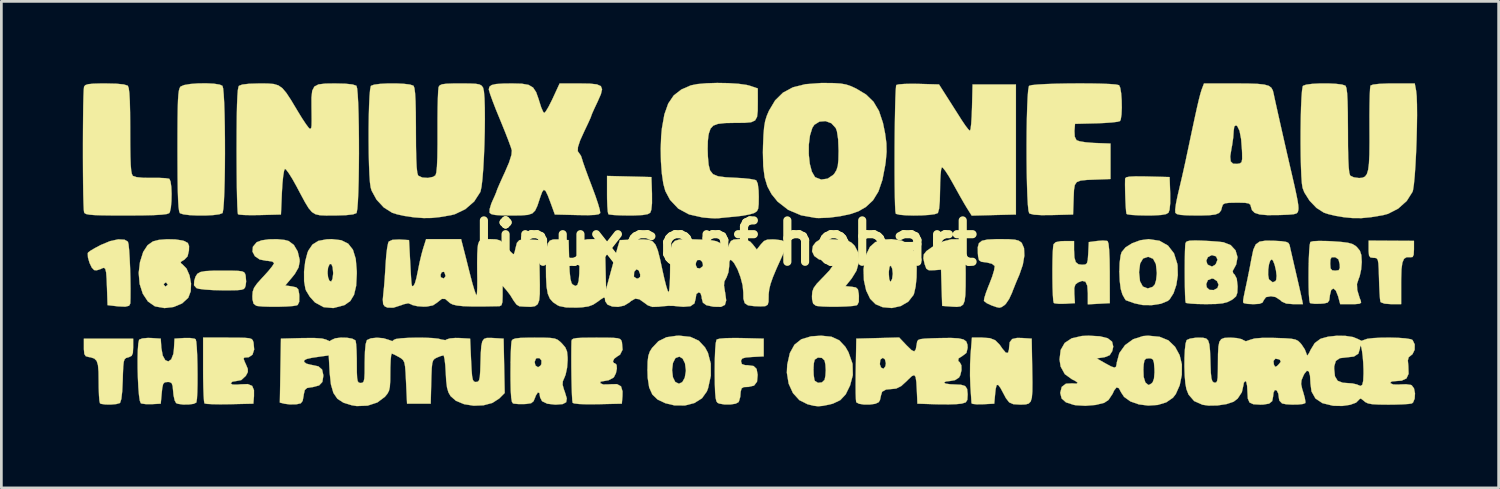
<source format=kicad_pcb>
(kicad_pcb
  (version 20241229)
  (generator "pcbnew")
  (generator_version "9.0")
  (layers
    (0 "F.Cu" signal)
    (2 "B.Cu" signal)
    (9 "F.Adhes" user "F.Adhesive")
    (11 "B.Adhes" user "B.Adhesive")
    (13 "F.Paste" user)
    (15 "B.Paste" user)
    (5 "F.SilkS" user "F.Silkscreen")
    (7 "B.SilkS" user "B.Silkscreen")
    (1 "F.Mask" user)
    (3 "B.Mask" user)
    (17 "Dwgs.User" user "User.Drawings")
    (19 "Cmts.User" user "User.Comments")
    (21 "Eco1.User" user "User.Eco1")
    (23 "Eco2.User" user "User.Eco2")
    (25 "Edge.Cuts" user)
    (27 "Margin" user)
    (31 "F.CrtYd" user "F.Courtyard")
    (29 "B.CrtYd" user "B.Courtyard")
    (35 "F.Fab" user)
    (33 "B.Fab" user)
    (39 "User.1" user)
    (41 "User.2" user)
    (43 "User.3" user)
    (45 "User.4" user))
  (footprint "linuxconf.hobart"
    (layer "F.Cu")
    (at 23.662 5.902)
    (property "Reference" "linuxconf.hobart" (at 0 0 0) (layer "F.SilkS") (effects (font (size 1.524 1.524) (thickness 0.3))))
    (attr through_hole)
    (fp_poly (pts (xy -3.538 -2.452) (xy -2.721 -2.431) (xy -2.7 -1.825) (xy -2.699 -1.47) (xy -2.724 -1.226) (xy -2.764 -1.118) (xy -2.855 -1.066) (xy -3.037 -1.033) (xy -3.332 -1.018) (xy -3.553 -1.016) (xy -3.859 -1.021) (xy -4.109 -1.033) (xy -4.268 -1.052) (xy -4.306 -1.064) (xy -4.327 -1.154) (xy -4.343 -1.353) (xy -4.353 -1.629) (xy -4.354 -1.792) (xy -4.354 -2.472) (xy -3.538 -2.452)) (stroke (width 0.01) (type solid)) (fill yes) (layer "F.SilkS"))
    (fp_poly (pts (xy 15.451 -2.454) (xy 15.548 -2.452) (xy 16.365 -2.431) (xy 16.386 -1.825) (xy 16.387 -1.47) (xy 16.362 -1.226) (xy 16.323 -1.118) (xy 16.233 -1.066) (xy 16.052 -1.034) (xy 15.76 -1.018) (xy 15.526 -1.016) (xy 15.219 -1.022) (xy 14.971 -1.036) (xy 14.814 -1.058) (xy 14.778 -1.074) (xy 14.763 -1.163) (xy 14.748 -1.357) (xy 14.736 -1.614) (xy 14.727 -1.894) (xy 14.723 -2.156) (xy 14.726 -2.359) (xy 14.727 -2.379) (xy 14.765 -2.421) (xy 14.885 -2.446) (xy 15.107 -2.457) (xy 15.451 -2.454)) (stroke (width 0.01) (type solid)) (fill yes) (layer "F.SilkS"))
    (fp_poly (pts (xy -18.179 1.017) (xy -17.942 1.024) (xy -17.798 1.042) (xy -17.721 1.076) (xy -17.683 1.133) (xy -17.665 1.197) (xy -17.647 1.416) (xy -17.665 1.56) (xy -17.689 1.639) (xy -17.733 1.691) (xy -17.822 1.721) (xy -17.983 1.736) (xy -18.243 1.74) (xy -18.525 1.74) (xy -18.867 1.732) (xy -19.164 1.713) (xy -19.38 1.686) (xy -19.473 1.66) (xy -19.567 1.556) (xy -19.558 1.39) (xy -19.511 1.236) (xy -19.443 1.131) (xy -19.329 1.066) (xy -19.143 1.032) (xy -18.859 1.018) (xy -18.534 1.016) (xy -18.179 1.017)) (stroke (width 0.01) (type solid)) (fill yes) (layer "F.SilkS"))
    (fp_poly (pts (xy 8.765 -0.06) (xy 8.767 -0.058) (xy 8.805 0.045) (xy 8.832 0.269) (xy 8.848 0.622) (xy 8.854 1.111) (xy 8.854 1.137) (xy 8.852 1.588) (xy 8.842 1.913) (xy 8.814 2.132) (xy 8.76 2.265) (xy 8.668 2.331) (xy 8.532 2.35) (xy 8.342 2.341) (xy 8.294 2.337) (xy 7.988 2.314) (xy 7.967 1.647) (xy 7.947 0.98) (xy 7.679 1) (xy 7.499 1.002) (xy 7.406 0.945) (xy 7.347 0.789) (xy 7.338 0.759) (xy 7.295 0.561) (xy 7.312 0.418) (xy 7.408 0.295) (xy 7.605 0.156) (xy 7.717 0.086) (xy 8.027 -0.062) (xy 8.329 -0.14) (xy 8.587 -0.141) (xy 8.765 -0.06)) (stroke (width 0.01) (type solid)) (fill yes) (layer "F.SilkS"))
    (fp_poly (pts (xy 25.364 -0.081) (xy 25.364 0.232) (xy 25.354 0.428) (xy 25.315 0.513) (xy 25.231 0.522) (xy 25.094 0.52) (xy 24.998 0.58) (xy 24.937 0.723) (xy 24.904 0.967) (xy 24.893 1.331) (xy 24.892 1.46) (xy 24.892 2.25) (xy 24.527 2.25) (xy 24.283 2.232) (xy 24.146 2.182) (xy 24.129 2.159) (xy 24.113 2.052) (xy 24.098 1.835) (xy 24.084 1.542) (xy 24.077 1.306) (xy 24.067 0.967) (xy 24.054 0.748) (xy 24.031 0.621) (xy 23.991 0.562) (xy 23.928 0.545) (xy 23.876 0.544) (xy 23.763 0.53) (xy 23.71 0.462) (xy 23.695 0.3) (xy 23.695 0.226) (xy 23.695 -0.091) (xy 25.364 -0.081)) (stroke (width 0.01) (type solid)) (fill yes) (layer "F.SilkS"))
    (fp_poly (pts (xy -22.125 -0.124) (xy -22.002 -0.051) (xy -21.978 0.045) (xy -21.956 0.257) (xy -21.937 0.556) (xy -21.921 0.911) (xy -21.91 1.294) (xy -21.905 1.675) (xy -21.907 2.026) (xy -21.913 2.224) (xy -21.958 2.308) (xy -22.098 2.343) (xy -22.353 2.332) (xy -22.425 2.324) (xy -22.751 2.286) (xy -22.771 1.669) (xy -22.785 1.312) (xy -22.803 1.08) (xy -22.834 0.953) (xy -22.882 0.91) (xy -22.954 0.93) (xy -22.994 0.953) (xy -23.153 1.004) (xy -23.245 0.995) (xy -23.333 0.902) (xy -23.416 0.727) (xy -23.472 0.532) (xy -23.48 0.38) (xy -23.469 0.35) (xy -23.388 0.287) (xy -23.215 0.184) (xy -23.002 0.071) (xy -22.66 -0.071) (xy -22.358 -0.137) (xy -22.125 -0.124)) (stroke (width 0.01) (type solid)) (fill yes) (layer "F.SilkS"))
    (fp_poly (pts (xy -21.808 3.843) (xy -21.818 4.048) (xy -21.863 4.153) (xy -21.965 4.203) (xy -21.989 4.209) (xy -22.069 4.233) (xy -22.122 4.279) (xy -22.154 4.373) (xy -22.173 4.543) (xy -22.185 4.814) (xy -22.191 5.044) (xy -22.211 5.461) (xy -22.243 5.741) (xy -22.288 5.88) (xy -22.3 5.893) (xy -22.428 5.929) (xy -22.625 5.947) (xy -22.833 5.945) (xy -22.989 5.922) (xy -23.029 5.902) (xy -23.05 5.814) (xy -23.066 5.613) (xy -23.076 5.333) (xy -23.078 5.113) (xy -23.083 4.744) (xy -23.104 4.495) (xy -23.153 4.339) (xy -23.239 4.253) (xy -23.371 4.209) (xy -23.441 4.198) (xy -23.553 4.167) (xy -23.606 4.086) (xy -23.622 3.913) (xy -23.622 3.846) (xy -23.622 3.52) (xy -21.808 3.52) (xy -21.808 3.843)) (stroke (width 0.01) (type solid)) (fill yes) (layer "F.SilkS"))
    (fp_poly (pts (xy 6.5 -0.092) (xy 6.784 0.066) (xy 6.967 0.327) (xy 6.978 0.354) (xy 7.029 0.59) (xy 7.051 0.911) (xy 7.045 1.265) (xy 7.011 1.598) (xy 6.953 1.856) (xy 6.931 1.913) (xy 6.74 2.158) (xy 6.462 2.32) (xy 6.136 2.392) (xy 5.798 2.362) (xy 5.537 2.253) (xy 5.335 2.051) (xy 5.189 1.746) (xy 5.106 1.373) (xy 5.098 1.125) (xy 6.023 1.125) (xy 6.037 1.329) (xy 6.075 1.417) (xy 6.096 1.415) (xy 6.145 1.318) (xy 6.168 1.143) (xy 6.169 1.125) (xy 6.149 0.946) (xy 6.101 0.839) (xy 6.096 0.835) (xy 6.05 0.869) (xy 6.026 1.028) (xy 6.023 1.125) (xy 5.098 1.125) (xy 5.092 0.964) (xy 5.154 0.553) (xy 5.196 0.41) (xy 5.331 0.136) (xy 5.527 -0.037) (xy 5.811 -0.125) (xy 6.119 -0.145) (xy 6.5 -0.092)) (stroke (width 0.01) (type solid)) (fill yes) (layer "F.SilkS"))
    (fp_poly (pts (xy -14.145 -0.105) (xy -13.889 0.021) (xy -13.713 0.246) (xy -13.61 0.581) (xy -13.572 1.036) (xy -13.571 1.125) (xy -13.595 1.575) (xy -13.673 1.906) (xy -13.811 2.135) (xy -14.017 2.28) (xy -14.038 2.289) (xy -14.434 2.393) (xy -14.791 2.361) (xy -15.101 2.193) (xy -15.124 2.174) (xy -15.303 1.975) (xy -15.439 1.751) (xy -15.462 1.691) (xy -15.512 1.404) (xy -15.513 1.085) (xy -14.648 1.085) (xy -14.629 1.261) (xy -14.582 1.387) (xy -14.517 1.417) (xy -14.512 1.414) (xy -14.467 1.319) (xy -14.443 1.14) (xy -14.442 1.089) (xy -14.462 0.883) (xy -14.51 0.773) (xy -14.571 0.774) (xy -14.629 0.903) (xy -14.629 0.904) (xy -14.648 1.085) (xy -15.513 1.085) (xy -15.513 1.043) (xy -15.47 0.673) (xy -15.387 0.354) (xy -15.355 0.277) (xy -15.204 0.055) (xy -14.991 -0.079) (xy -14.685 -0.138) (xy -14.491 -0.145) (xy -14.145 -0.105)) (stroke (width 0.01) (type solid)) (fill yes) (layer "F.SilkS"))
    (fp_poly (pts (xy -20.254 -0.134) (xy -19.99 -0.094) (xy -19.921 -0.073) (xy -19.795 -0.004) (xy -19.749 0.107) (xy -19.753 0.27) (xy -19.804 0.489) (xy -19.924 0.614) (xy -19.946 0.626) (xy -20.057 0.695) (xy -20.044 0.748) (xy -20.006 0.772) (xy -19.843 0.937) (xy -19.731 1.192) (xy -19.676 1.489) (xy -19.689 1.779) (xy -19.778 2.013) (xy -19.78 2.016) (xy -20.006 2.223) (xy -20.315 2.353) (xy -20.658 2.394) (xy -20.99 2.334) (xy -21.015 2.325) (xy -21.265 2.15) (xy -21.452 1.868) (xy -21.563 1.524) (xy -20.683 1.524) (xy -20.628 1.594) (xy -20.61 1.597) (xy -20.54 1.541) (xy -20.538 1.524) (xy -20.593 1.454) (xy -20.61 1.451) (xy -20.681 1.507) (xy -20.683 1.524) (xy -21.563 1.524) (xy -21.569 1.508) (xy -21.604 1.099) (xy -21.556 0.699) (xy -21.438 0.327) (xy -21.275 0.077) (xy -21.078 -0.061) (xy -20.861 -0.117) (xy -20.566 -0.141) (xy -20.254 -0.134)) (stroke (width 0.01) (type solid)) (fill yes) (layer "F.SilkS"))
    (fp_poly (pts (xy -1.283 3.456) (xy -0.974 3.597) (xy -0.744 3.846) (xy -0.639 4.042) (xy -0.535 4.438) (xy -0.533 4.887) (xy -0.632 5.341) (xy -0.678 5.464) (xy -0.858 5.716) (xy -1.136 5.891) (xy -1.483 5.981) (xy -1.872 5.978) (xy -2.211 5.897) (xy -2.493 5.763) (xy -2.686 5.578) (xy -2.803 5.319) (xy -2.858 4.961) (xy -2.866 4.681) (xy -1.959 4.681) (xy -1.928 4.942) (xy -1.844 5.113) (xy -1.842 5.115) (xy -1.707 5.18) (xy -1.584 5.122) (xy -1.493 4.961) (xy -1.452 4.719) (xy -1.451 4.681) (xy -1.484 4.429) (xy -1.57 4.256) (xy -1.689 4.183) (xy -1.824 4.23) (xy -1.842 4.247) (xy -1.927 4.416) (xy -1.959 4.676) (xy -1.959 4.681) (xy -2.866 4.681) (xy -2.86 4.367) (xy -2.834 4.154) (xy -2.779 3.995) (xy -2.697 3.863) (xy -2.461 3.614) (xy -2.166 3.468) (xy -1.784 3.413) (xy -1.691 3.411) (xy -1.283 3.456)) (stroke (width 0.01) (type solid)) (fill yes) (layer "F.SilkS"))
    (fp_poly (pts (xy 0.587 3.499) (xy 1.415 3.52) (xy 1.415 4.173) (xy 0.998 4.195) (xy 0.759 4.214) (xy 0.633 4.248) (xy 0.585 4.311) (xy 0.581 4.358) (xy 0.611 4.456) (xy 0.728 4.496) (xy 0.83 4.499) (xy 1.042 4.528) (xy 1.153 4.635) (xy 1.192 4.851) (xy 1.192 4.855) (xy 1.169 5.107) (xy 1.059 5.25) (xy 0.851 5.298) (xy 0.832 5.298) (xy 0.68 5.305) (xy 0.602 5.351) (xy 0.567 5.473) (xy 0.552 5.661) (xy 0.506 5.822) (xy 0.486 5.86) (xy 0.379 5.916) (xy 0.187 5.945) (xy -0.032 5.944) (xy -0.22 5.912) (xy -0.284 5.884) (xy -0.326 5.827) (xy -0.355 5.705) (xy -0.374 5.498) (xy -0.385 5.187) (xy -0.389 4.751) (xy -0.389 4.723) (xy -0.385 4.285) (xy -0.372 3.933) (xy -0.351 3.685) (xy -0.322 3.561) (xy -0.317 3.553) (xy -0.21 3.521) (xy 0.02 3.502) (xy 0.351 3.496) (xy 0.587 3.499)) (stroke (width 0.01) (type solid)) (fill yes) (layer "F.SilkS"))
    (fp_poly (pts (xy 10.449 -0.141) (xy 10.664 -0.125) (xy 10.801 -0.09) (xy 10.892 -0.031) (xy 10.921 -0.001) (xy 11.003 0.187) (xy 11.015 0.465) (xy 10.958 0.799) (xy 10.836 1.154) (xy 10.827 1.175) (xy 10.712 1.445) (xy 10.592 1.745) (xy 10.558 1.836) (xy 10.453 2.061) (xy 10.333 2.238) (xy 10.278 2.29) (xy 10.174 2.359) (xy 10.092 2.381) (xy 9.976 2.356) (xy 9.802 2.294) (xy 9.63 2.214) (xy 9.531 2.136) (xy 9.526 2.125) (xy 9.54 2.025) (xy 9.601 1.83) (xy 9.697 1.576) (xy 9.73 1.498) (xy 9.832 1.23) (xy 9.9 1.005) (xy 9.922 0.862) (xy 9.919 0.842) (xy 9.822 0.763) (xy 9.632 0.715) (xy 9.602 0.712) (xy 9.429 0.689) (xy 9.345 0.631) (xy 9.312 0.492) (xy 9.303 0.376) (xy 9.299 0.154) (xy 9.341 0.006) (xy 9.451 -0.084) (xy 9.652 -0.129) (xy 9.966 -0.144) (xy 10.121 -0.145) (xy 10.449 -0.141)) (stroke (width 0.01) (type solid)) (fill yes) (layer "F.SilkS"))
    (fp_poly (pts (xy -18.832 -5.869) (xy -18.618 -5.835) (xy -18.52 -5.791) (xy -18.494 -5.694) (xy -18.473 -5.474) (xy -18.455 -5.152) (xy -18.442 -4.75) (xy -18.433 -4.29) (xy -18.428 -3.794) (xy -18.427 -3.283) (xy -18.43 -2.778) (xy -18.438 -2.303) (xy -18.45 -1.878) (xy -18.466 -1.525) (xy -18.486 -1.266) (xy -18.51 -1.122) (xy -18.52 -1.103) (xy -18.636 -1.06) (xy -18.855 -1.031) (xy -19.137 -1.016) (xy -19.442 -1.016) (xy -19.728 -1.029) (xy -19.955 -1.057) (xy -20.082 -1.098) (xy -20.088 -1.103) (xy -20.114 -1.173) (xy -20.136 -1.332) (xy -20.152 -1.59) (xy -20.164 -1.957) (xy -20.171 -2.443) (xy -20.174 -3.059) (xy -20.175 -3.42) (xy -20.174 -4.059) (xy -20.171 -4.568) (xy -20.165 -4.962) (xy -20.156 -5.258) (xy -20.142 -5.47) (xy -20.123 -5.613) (xy -20.098 -5.704) (xy -20.067 -5.758) (xy -20.061 -5.764) (xy -19.933 -5.819) (xy -19.705 -5.858) (xy -19.417 -5.88) (xy -19.112 -5.883) (xy -18.832 -5.869)) (stroke (width 0.01) (type solid)) (fill yes) (layer "F.SilkS"))
    (fp_poly (pts (xy -17.95 3.484) (xy -17.695 3.49) (xy -17.534 3.505) (xy -17.445 3.534) (xy -17.401 3.582) (xy -17.377 3.655) (xy -17.374 3.665) (xy -17.351 3.921) (xy -17.413 4.111) (xy -17.549 4.204) (xy -17.599 4.209) (xy -17.712 4.216) (xy -17.741 4.261) (xy -17.694 4.385) (xy -17.659 4.459) (xy -17.586 4.633) (xy -17.584 4.75) (xy -17.653 4.881) (xy -17.662 4.894) (xy -17.826 5.046) (xy -17.999 5.08) (xy -18.151 5.104) (xy -18.215 5.162) (xy -18.215 5.163) (xy -18.154 5.211) (xy -17.964 5.214) (xy -17.858 5.203) (xy -17.585 5.194) (xy -17.425 5.26) (xy -17.358 5.418) (xy -17.358 5.637) (xy -17.381 5.915) (xy -18.256 5.935) (xy -18.599 5.939) (xy -18.887 5.934) (xy -19.091 5.923) (xy -19.181 5.905) (xy -19.181 5.905) (xy -19.198 5.818) (xy -19.212 5.613) (xy -19.223 5.312) (xy -19.23 4.943) (xy -19.231 4.669) (xy -19.231 3.483) (xy -18.326 3.483) (xy -17.95 3.484)) (stroke (width 0.01) (type solid)) (fill yes) (layer "F.SilkS"))
    (fp_poly (pts (xy 9.747 3.502) (xy 9.941 3.579) (xy 10.105 3.743) (xy 10.21 3.893) (xy 10.331 4.036) (xy 10.413 4.042) (xy 10.45 3.911) (xy 10.451 3.864) (xy 10.476 3.65) (xy 10.567 3.534) (xy 10.75 3.493) (xy 10.929 3.497) (xy 11.285 3.52) (xy 11.305 4.675) (xy 11.312 5.133) (xy 11.309 5.465) (xy 11.291 5.692) (xy 11.249 5.834) (xy 11.176 5.91) (xy 11.065 5.942) (xy 10.909 5.949) (xy 10.849 5.949) (xy 10.609 5.934) (xy 10.456 5.867) (xy 10.337 5.714) (xy 10.27 5.588) (xy 10.137 5.339) (xy 10.049 5.222) (xy 9.994 5.233) (xy 9.959 5.371) (xy 9.942 5.522) (xy 9.906 5.915) (xy 9.489 5.936) (xy 9.264 5.939) (xy 9.112 5.923) (xy 9.069 5.9) (xy 9.063 5.805) (xy 9.05 5.603) (xy 9.032 5.335) (xy 9.027 5.261) (xy 9.014 4.882) (xy 9.017 4.454) (xy 9.036 4.082) (xy 9.084 3.483) (xy 9.472 3.483) (xy 9.747 3.502)) (stroke (width 0.01) (type solid)) (fill yes) (layer "F.SilkS"))
    (fp_poly (pts (xy 3.911 3.45) (xy 4.199 3.582) (xy 4.424 3.823) (xy 4.538 4.022) (xy 4.687 4.447) (xy 4.698 4.864) (xy 4.597 5.242) (xy 4.436 5.571) (xy 4.236 5.784) (xy 3.966 5.913) (xy 3.834 5.947) (xy 3.589 5.996) (xy 3.419 6.011) (xy 3.258 5.992) (xy 3.038 5.938) (xy 3.03 5.936) (xy 2.728 5.785) (xy 2.492 5.524) (xy 2.334 5.179) (xy 2.268 4.775) (xy 2.274 4.634) (xy 3.249 4.634) (xy 3.256 4.858) (xy 3.282 5.032) (xy 3.3 5.076) (xy 3.414 5.147) (xy 3.559 5.131) (xy 3.657 5.038) (xy 3.688 4.886) (xy 3.701 4.683) (xy 3.701 4.681) (xy 3.688 4.477) (xy 3.657 4.325) (xy 3.657 4.324) (xy 3.557 4.229) (xy 3.41 4.217) (xy 3.295 4.293) (xy 3.262 4.424) (xy 3.249 4.634) (xy 2.274 4.634) (xy 2.282 4.479) (xy 2.378 4.052) (xy 2.547 3.744) (xy 2.801 3.543) (xy 3.156 3.436) (xy 3.528 3.411) (xy 3.911 3.45)) (stroke (width 0.01) (type solid)) (fill yes) (layer "F.SilkS"))
    (fp_poly (pts (xy 4.032 -0.133) (xy 4.322 -0.114) (xy 4.509 -0.082) (xy 4.634 -0.025) (xy 4.738 0.071) (xy 4.769 0.106) (xy 4.906 0.37) (xy 4.926 0.684) (xy 4.832 1.017) (xy 4.655 1.304) (xy 4.427 1.587) (xy 4.663 1.61) (xy 4.812 1.636) (xy 4.885 1.706) (xy 4.914 1.861) (xy 4.921 1.942) (xy 4.918 2.166) (xy 4.863 2.277) (xy 4.836 2.292) (xy 4.697 2.317) (xy 4.457 2.334) (xy 4.162 2.344) (xy 3.856 2.345) (xy 3.583 2.336) (xy 3.388 2.319) (xy 3.334 2.306) (xy 3.237 2.231) (xy 3.197 2.073) (xy 3.193 1.959) (xy 3.205 1.794) (xy 3.255 1.655) (xy 3.366 1.502) (xy 3.561 1.298) (xy 3.592 1.267) (xy 3.833 1.013) (xy 3.959 0.836) (xy 3.974 0.724) (xy 3.879 0.667) (xy 3.712 0.653) (xy 3.455 0.604) (xy 3.278 0.477) (xy 3.196 0.302) (xy 3.227 0.108) (xy 3.335 -0.033) (xy 3.437 -0.1) (xy 3.581 -0.134) (xy 3.804 -0.142) (xy 4.032 -0.133)) (stroke (width 0.01) (type solid)) (fill yes) (layer "F.SilkS"))
    (fp_poly (pts (xy -16.23 -0.115) (xy -16.083 -0.076) (xy -15.89 0.068) (xy -15.748 0.309) (xy -15.678 0.605) (xy -15.675 0.679) (xy -15.716 0.899) (xy -15.851 1.134) (xy -15.939 1.245) (xy -16.203 1.56) (xy -15.957 1.597) (xy -15.802 1.631) (xy -15.726 1.705) (xy -15.696 1.863) (xy -15.689 1.942) (xy -15.692 2.164) (xy -15.746 2.276) (xy -15.776 2.293) (xy -15.916 2.318) (xy -16.157 2.336) (xy -16.452 2.345) (xy -16.759 2.345) (xy -17.031 2.337) (xy -17.224 2.319) (xy -17.277 2.306) (xy -17.373 2.232) (xy -17.413 2.076) (xy -17.417 1.956) (xy -17.405 1.791) (xy -17.355 1.648) (xy -17.244 1.489) (xy -17.052 1.275) (xy -17.018 1.24) (xy -16.83 1.033) (xy -16.69 0.86) (xy -16.622 0.751) (xy -16.619 0.737) (xy -16.684 0.681) (xy -16.855 0.654) (xy -16.898 0.653) (xy -17.148 0.605) (xy -17.325 0.483) (xy -17.413 0.316) (xy -17.397 0.135) (xy -17.261 -0.028) (xy -17.256 -0.032) (xy -17.076 -0.1) (xy -16.809 -0.138) (xy -16.509 -0.143) (xy -16.23 -0.115)) (stroke (width 0.01) (type solid)) (fill yes) (layer "F.SilkS"))
    (fp_poly (pts (xy -4.379 3.484) (xy -4.124 3.49) (xy -3.963 3.505) (xy -3.874 3.535) (xy -3.83 3.583) (xy -3.806 3.654) (xy -3.805 3.659) (xy -3.783 3.928) (xy -3.875 4.109) (xy -3.974 4.172) (xy -4.09 4.258) (xy -4.138 4.356) (xy -4.101 4.421) (xy -4.064 4.427) (xy -4.003 4.485) (xy -3.993 4.624) (xy -4.027 4.791) (xy -4.099 4.933) (xy -4.124 4.96) (xy -4.298 5.052) (xy -4.455 5.08) (xy -4.592 5.103) (xy -4.603 5.161) (xy -4.495 5.208) (xy -4.277 5.204) (xy -4.243 5.2) (xy -3.987 5.195) (xy -3.84 5.277) (xy -3.784 5.463) (xy -3.787 5.637) (xy -3.81 5.915) (xy -4.693 5.935) (xy -5.083 5.938) (xy -5.381 5.928) (xy -5.567 5.906) (xy -5.622 5.882) (xy -5.635 5.793) (xy -5.647 5.587) (xy -5.657 5.294) (xy -5.665 4.943) (xy -5.67 4.563) (xy -5.671 4.183) (xy -5.669 3.833) (xy -5.664 3.61) (xy -5.65 3.557) (xy -5.593 3.521) (xy -5.472 3.499) (xy -5.263 3.488) (xy -4.943 3.484) (xy -4.755 3.483) (xy -4.379 3.484)) (stroke (width 0.01) (type solid)) (fill yes) (layer "F.SilkS"))
    (fp_poly (pts (xy 14.055 -0.081) (xy 14.082 -0.071) (xy 14.114 0.022) (xy 14.138 0.249) (xy 14.154 0.6) (xy 14.16 1.064) (xy 14.16 1.095) (xy 14.162 2.213) (xy 13.757 2.235) (xy 13.353 2.257) (xy 13.353 1.852) (xy 13.333 1.572) (xy 13.266 1.423) (xy 13.143 1.393) (xy 12.991 1.451) (xy 12.894 1.528) (xy 12.854 1.651) (xy 12.856 1.868) (xy 12.856 1.874) (xy 12.877 2.213) (xy 12.514 2.235) (xy 12.294 2.238) (xy 12.139 2.221) (xy 12.098 2.205) (xy 12.079 2.116) (xy 12.065 1.914) (xy 12.054 1.632) (xy 12.049 1.301) (xy 12.048 0.953) (xy 12.052 0.62) (xy 12.061 0.334) (xy 12.076 0.129) (xy 12.091 0.042) (xy 12.172 -0.034) (xy 12.355 -0.069) (xy 12.49 -0.073) (xy 12.845 -0.073) (xy 12.845 0.248) (xy 12.859 0.534) (xy 12.909 0.703) (xy 13.01 0.782) (xy 13.14 0.798) (xy 13.256 0.79) (xy 13.32 0.743) (xy 13.351 0.621) (xy 13.367 0.39) (xy 13.368 0.381) (xy 13.389 -0.036) (xy 13.697 -0.077) (xy 13.905 -0.093) (xy 14.055 -0.081)) (stroke (width 0.01) (type solid)) (fill yes) (layer "F.SilkS"))
    (fp_poly (pts (xy 15.991 -0.085) (xy 16.304 0.092) (xy 16.526 0.378) (xy 16.649 0.768) (xy 16.658 0.831) (xy 16.666 1.187) (xy 16.613 1.54) (xy 16.509 1.849) (xy 16.366 2.072) (xy 16.297 2.131) (xy 16.043 2.235) (xy 15.711 2.286) (xy 15.364 2.282) (xy 15.061 2.216) (xy 15.059 2.215) (xy 14.877 2.149) (xy 14.766 2.11) (xy 14.752 2.106) (xy 14.712 2.048) (xy 14.634 1.909) (xy 14.625 1.89) (xy 14.565 1.69) (xy 14.528 1.397) (xy 14.515 1.089) (xy 15.24 1.089) (xy 15.274 1.407) (xy 15.378 1.6) (xy 15.552 1.669) (xy 15.567 1.669) (xy 15.738 1.614) (xy 15.818 1.529) (xy 15.867 1.367) (xy 15.892 1.142) (xy 15.893 1.089) (xy 15.859 0.77) (xy 15.755 0.578) (xy 15.581 0.508) (xy 15.567 0.508) (xy 15.387 0.569) (xy 15.279 0.753) (xy 15.24 1.062) (xy 15.24 1.089) (xy 14.515 1.089) (xy 14.514 1.06) (xy 14.524 0.73) (xy 14.56 0.458) (xy 14.598 0.331) (xy 14.744 0.156) (xy 14.99 0.004) (xy 15.287 -0.104) (xy 15.592 -0.145) (xy 15.593 -0.145) (xy 15.991 -0.085)) (stroke (width 0.01) (type solid)) (fill yes) (layer "F.SilkS"))
    (fp_poly (pts (xy -21.147 3.497) (xy -20.792 3.52) (xy -20.77 3.859) (xy -20.719 4.144) (xy -20.625 4.312) (xy -20.513 4.359) (xy -20.406 4.284) (xy -20.328 4.084) (xy -20.306 3.904) (xy -20.284 3.52) (xy -19.929 3.497) (xy -19.708 3.497) (xy -19.547 3.522) (xy -19.506 3.543) (xy -19.483 3.635) (xy -19.465 3.841) (xy -19.45 4.13) (xy -19.441 4.471) (xy -19.437 4.832) (xy -19.438 5.183) (xy -19.445 5.492) (xy -19.458 5.729) (xy -19.478 5.862) (xy -19.483 5.874) (xy -19.58 5.921) (xy -19.764 5.945) (xy -19.975 5.946) (xy -20.156 5.921) (xy -20.225 5.894) (xy -20.279 5.795) (xy -20.321 5.603) (xy -20.333 5.478) (xy -20.354 5.262) (xy -20.393 5.155) (xy -20.473 5.119) (xy -20.538 5.116) (xy -20.643 5.129) (xy -20.703 5.19) (xy -20.736 5.336) (xy -20.755 5.515) (xy -20.792 5.915) (xy -21.118 5.933) (xy -21.335 5.933) (xy -21.495 5.911) (xy -21.528 5.897) (xy -21.563 5.805) (xy -21.593 5.599) (xy -21.617 5.31) (xy -21.633 4.969) (xy -21.643 4.607) (xy -21.644 4.255) (xy -21.636 3.944) (xy -21.619 3.705) (xy -21.591 3.57) (xy -21.582 3.555) (xy -21.467 3.512) (xy -21.265 3.494) (xy -21.147 3.497)) (stroke (width 0.01) (type solid)) (fill yes) (layer "F.SilkS"))
    (fp_poly (pts (xy 7.118 -5.863) (xy 7.872 -5.842) (xy 8.163 -5.385) (xy 8.354 -5.085) (xy 8.558 -4.764) (xy 8.705 -4.532) (xy 8.842 -4.329) (xy 8.953 -4.186) (xy 9.011 -4.137) (xy 9.035 -4.204) (xy 9.057 -4.389) (xy 9.075 -4.662) (xy 9.087 -4.989) (xy 9.108 -5.842) (xy 10.704 -5.842) (xy 10.704 -1.052) (xy 9.89 -1.032) (xy 9.076 -1.011) (xy 8.9 -1.29) (xy 8.787 -1.479) (xy 8.632 -1.75) (xy 8.461 -2.058) (xy 8.383 -2.199) (xy 8.233 -2.462) (xy 8.103 -2.662) (xy 8.009 -2.775) (xy 7.976 -2.79) (xy 7.949 -2.705) (xy 7.928 -2.506) (xy 7.914 -2.226) (xy 7.91 -1.97) (xy 7.901 -1.552) (xy 7.875 -1.265) (xy 7.833 -1.115) (xy 7.823 -1.103) (xy 7.716 -1.065) (xy 7.507 -1.037) (xy 7.236 -1.02) (xy 6.941 -1.015) (xy 6.66 -1.022) (xy 6.433 -1.041) (xy 6.297 -1.073) (xy 6.278 -1.088) (xy 6.264 -1.181) (xy 6.253 -1.397) (xy 6.245 -1.714) (xy 6.239 -2.111) (xy 6.236 -2.567) (xy 6.236 -3.06) (xy 6.237 -3.57) (xy 6.241 -4.075) (xy 6.248 -4.554) (xy 6.256 -4.986) (xy 6.266 -5.349) (xy 6.278 -5.623) (xy 6.291 -5.786) (xy 6.301 -5.822) (xy 6.395 -5.845) (xy 6.601 -5.861) (xy 6.885 -5.866) (xy 7.118 -5.863)) (stroke (width 0.01) (type solid)) (fill yes) (layer "F.SilkS"))
    (fp_poly (pts (xy 13.453 -5.878) (xy 13.836 -5.871) (xy 14.155 -5.858) (xy 14.386 -5.84) (xy 14.501 -5.815) (xy 14.503 -5.814) (xy 14.547 -5.717) (xy 14.58 -5.518) (xy 14.599 -5.26) (xy 14.604 -4.985) (xy 14.593 -4.736) (xy 14.566 -4.555) (xy 14.538 -4.494) (xy 14.444 -4.467) (xy 14.237 -4.442) (xy 13.95 -4.422) (xy 13.679 -4.411) (xy 12.881 -4.391) (xy 12.86 -4.13) (xy 12.871 -3.919) (xy 12.936 -3.789) (xy 13.051 -3.748) (xy 13.269 -3.712) (xy 13.547 -3.689) (xy 13.611 -3.686) (xy 14.188 -3.665) (xy 14.188 -2.359) (xy 13.68 -2.34) (xy 13.324 -2.326) (xy 13.088 -2.302) (xy 12.946 -2.246) (xy 12.873 -2.138) (xy 12.843 -1.957) (xy 12.831 -1.684) (xy 12.83 -1.65) (xy 12.809 -1.052) (xy 12.046 -1.032) (xy 11.643 -1.029) (xy 11.372 -1.045) (xy 11.221 -1.082) (xy 11.193 -1.101) (xy 11.166 -1.198) (xy 11.144 -1.419) (xy 11.126 -1.741) (xy 11.113 -2.143) (xy 11.103 -2.604) (xy 11.098 -3.101) (xy 11.097 -3.612) (xy 11.1 -4.116) (xy 11.108 -4.592) (xy 11.12 -5.017) (xy 11.136 -5.37) (xy 11.156 -5.629) (xy 11.181 -5.772) (xy 11.191 -5.791) (xy 11.287 -5.817) (xy 11.502 -5.839) (xy 11.81 -5.856) (xy 12.185 -5.869) (xy 12.602 -5.877) (xy 13.033 -5.88) (xy 13.453 -5.878)) (stroke (width 0.01) (type solid)) (fill yes) (layer "F.SilkS"))
    (fp_poly (pts (xy 20.201 -0.085) (xy 20.484 -0.069) (xy 20.654 -0.044) (xy 20.743 -0.002) (xy 20.782 0.069) (xy 20.788 0.096) (xy 20.818 0.231) (xy 20.873 0.469) (xy 20.943 0.774) (xy 20.999 1.016) (xy 21.078 1.357) (xy 21.15 1.669) (xy 21.204 1.911) (xy 21.226 2.014) (xy 21.275 2.25) (xy 20.922 2.25) (xy 20.664 2.229) (xy 20.501 2.158) (xy 20.446 2.105) (xy 20.262 1.987) (xy 20.096 1.959) (xy 19.916 1.991) (xy 19.835 2.098) (xy 19.833 2.105) (xy 19.784 2.194) (xy 19.673 2.238) (xy 19.459 2.25) (xy 19.441 2.25) (xy 19.234 2.24) (xy 19.102 2.214) (xy 19.078 2.195) (xy 19.072 2.15) (xy 19.076 2.091) (xy 19.093 1.987) (xy 19.13 1.807) (xy 19.191 1.52) (xy 19.198 1.488) (xy 19.264 1.17) (xy 19.993 1.17) (xy 20.019 1.318) (xy 20.039 1.353) (xy 20.164 1.445) (xy 20.264 1.401) (xy 20.291 1.349) (xy 20.305 1.208) (xy 20.282 1.008) (xy 20.234 0.803) (xy 20.174 0.65) (xy 20.129 0.602) (xy 20.071 0.645) (xy 20.025 0.786) (xy 19.997 0.977) (xy 19.993 1.17) (xy 19.264 1.17) (xy 19.267 1.157) (xy 19.331 0.83) (xy 19.379 0.573) (xy 19.383 0.554) (xy 19.448 0.245) (xy 19.536 0.051) (xy 19.677 -0.053) (xy 19.903 -0.089) (xy 20.201 -0.085)) (stroke (width 0.01) (type solid)) (fill yes) (layer "F.SilkS"))
    (fp_poly (pts (xy -22.43 -5.869) (xy -22.154 -5.842) (xy -22.012 -5.798) (xy -22.004 -5.791) (xy -21.972 -5.708) (xy -21.948 -5.525) (xy -21.931 -5.229) (xy -21.921 -4.812) (xy -21.917 -4.263) (xy -21.917 -4.131) (xy -21.915 -3.593) (xy -21.909 -3.183) (xy -21.898 -2.884) (xy -21.881 -2.678) (xy -21.857 -2.55) (xy -21.824 -2.482) (xy -21.814 -2.472) (xy -21.68 -2.427) (xy -21.428 -2.403) (xy -21.134 -2.401) (xy -20.851 -2.401) (xy -20.622 -2.39) (xy -20.488 -2.37) (xy -20.474 -2.364) (xy -20.431 -2.267) (xy -20.403 -2.069) (xy -20.392 -1.815) (xy -20.398 -1.546) (xy -20.419 -1.308) (xy -20.456 -1.143) (xy -20.48 -1.103) (xy -20.565 -1.07) (xy -20.753 -1.046) (xy -21.054 -1.029) (xy -21.479 -1.019) (xy -22.038 -1.016) (xy -22.068 -1.016) (xy -22.579 -1.017) (xy -22.963 -1.022) (xy -23.238 -1.031) (xy -23.423 -1.047) (xy -23.536 -1.069) (xy -23.595 -1.101) (xy -23.614 -1.131) (xy -23.626 -1.234) (xy -23.636 -1.46) (xy -23.645 -1.787) (xy -23.651 -2.193) (xy -23.655 -2.656) (xy -23.657 -3.154) (xy -23.657 -3.664) (xy -23.655 -4.165) (xy -23.651 -4.634) (xy -23.646 -5.05) (xy -23.638 -5.391) (xy -23.628 -5.634) (xy -23.616 -5.757) (xy -23.614 -5.763) (xy -23.569 -5.817) (xy -23.466 -5.851) (xy -23.28 -5.87) (xy -22.984 -5.878) (xy -22.83 -5.878) (xy -22.43 -5.869)) (stroke (width 0.01) (type solid)) (fill yes) (layer "F.SilkS"))
    (fp_poly (pts (xy 22.182 -0.074) (xy 22.35 -0.066) (xy 22.696 -0.041) (xy 22.931 -0.011) (xy 23.089 0.032) (xy 23.202 0.096) (xy 23.261 0.146) (xy 23.372 0.28) (xy 23.426 0.442) (xy 23.441 0.689) (xy 23.441 0.706) (xy 23.419 0.975) (xy 23.365 1.22) (xy 23.329 1.312) (xy 23.265 1.506) (xy 23.275 1.728) (xy 23.363 2.02) (xy 23.404 2.123) (xy 23.417 2.195) (xy 23.361 2.234) (xy 23.206 2.248) (xy 23.052 2.25) (xy 22.648 2.25) (xy 22.57 1.959) (xy 22.486 1.75) (xy 22.395 1.673) (xy 22.316 1.729) (xy 22.268 1.92) (xy 22.266 1.941) (xy 22.244 2.109) (xy 22.188 2.191) (xy 22.055 2.224) (xy 21.914 2.235) (xy 21.705 2.237) (xy 21.561 2.219) (xy 21.533 2.205) (xy 21.511 2.112) (xy 21.495 1.906) (xy 21.485 1.618) (xy 21.482 1.281) (xy 21.484 0.926) (xy 21.488 0.757) (xy 22.279 0.757) (xy 22.292 0.931) (xy 22.351 1.003) (xy 22.465 1.016) (xy 22.592 0.999) (xy 22.634 0.919) (xy 22.629 0.78) (xy 22.585 0.604) (xy 22.482 0.529) (xy 22.443 0.521) (xy 22.333 0.524) (xy 22.288 0.601) (xy 22.279 0.757) (xy 21.488 0.757) (xy 21.492 0.585) (xy 21.506 0.29) (xy 21.524 0.072) (xy 21.547 -0.036) (xy 21.55 -0.04) (xy 21.653 -0.068) (xy 21.873 -0.079) (xy 22.182 -0.074)) (stroke (width 0.01) (type solid)) (fill yes) (layer "F.SilkS"))
    (fp_poly (pts (xy -6.676 3.485) (xy -6.439 3.494) (xy -6.282 3.517) (xy -6.174 3.561) (xy -6.082 3.633) (xy -6.018 3.696) (xy -5.892 3.842) (xy -5.828 3.994) (xy -5.807 4.209) (xy -5.806 4.316) (xy -5.827 4.596) (xy -5.881 4.847) (xy -5.919 4.943) (xy -5.983 5.091) (xy -5.991 5.221) (xy -5.941 5.397) (xy -5.907 5.49) (xy -5.837 5.722) (xy -5.859 5.861) (xy -5.988 5.93) (xy -6.242 5.95) (xy -6.264 5.95) (xy -6.556 5.917) (xy -6.748 5.824) (xy -6.822 5.679) (xy -6.822 5.67) (xy -6.846 5.52) (xy -6.905 5.503) (xy -6.978 5.619) (xy -6.999 5.677) (xy -7.061 5.825) (xy -7.151 5.898) (xy -7.321 5.924) (xy -7.402 5.929) (xy -7.621 5.929) (xy -7.785 5.914) (xy -7.82 5.904) (xy -7.858 5.845) (xy -7.884 5.693) (xy -7.901 5.433) (xy -7.909 5.052) (xy -7.91 4.79) (xy -7.907 4.401) (xy -7.907 4.382) (xy -7.023 4.382) (xy -6.991 4.509) (xy -6.9 4.572) (xy -6.894 4.572) (xy -6.805 4.514) (xy -6.774 4.458) (xy -6.77 4.324) (xy -6.843 4.237) (xy -6.947 4.239) (xy -6.976 4.262) (xy -7.023 4.382) (xy -7.907 4.382) (xy -7.9 4.059) (xy -7.888 3.792) (xy -7.873 3.629) (xy -7.866 3.598) (xy -7.823 3.546) (xy -7.725 3.513) (xy -7.546 3.493) (xy -7.262 3.485) (xy -7.026 3.483) (xy -6.676 3.485)) (stroke (width 0.01) (type solid)) (fill yes) (layer "F.SilkS"))
    (fp_poly (pts (xy 0.109 -5.89) (xy 0.485 -5.866) (xy 0.787 -5.824) (xy 0.907 -5.793) (xy 1.197 -5.695) (xy 1.198 -5.203) (xy 1.195 -4.869) (xy 1.17 -4.648) (xy 1.098 -4.517) (xy 0.953 -4.451) (xy 0.712 -4.429) (xy 0.37 -4.427) (xy -0.01 -4.42) (xy -0.272 -4.39) (xy -0.441 -4.326) (xy -0.543 -4.215) (xy -0.603 -4.044) (xy -0.622 -3.952) (xy -0.643 -3.748) (xy -0.649 -3.463) (xy -0.641 -3.193) (xy -0.614 -2.885) (xy -0.56 -2.673) (xy -0.453 -2.538) (xy -0.27 -2.461) (xy 0.014 -2.423) (xy 0.347 -2.406) (xy 0.66 -2.388) (xy 0.922 -2.36) (xy 1.097 -2.326) (xy 1.143 -2.306) (xy 1.197 -2.185) (xy 1.227 -1.94) (xy 1.234 -1.708) (xy 1.23 -1.434) (xy 1.211 -1.268) (xy 1.167 -1.175) (xy 1.085 -1.118) (xy 1.054 -1.102) (xy 0.888 -1.054) (xy 0.636 -1.007) (xy 0.382 -0.977) (xy 0.109 -0.952) (xy -0.123 -0.929) (xy -0.254 -0.914) (xy -0.403 -0.911) (xy -0.638 -0.925) (xy -0.835 -0.943) (xy -1.333 -1.055) (xy -1.731 -1.269) (xy -2.034 -1.59) (xy -2.207 -1.914) (xy -2.281 -2.183) (xy -2.336 -2.558) (xy -2.369 -3) (xy -2.378 -3.472) (xy -2.361 -3.934) (xy -2.334 -4.224) (xy -2.242 -4.742) (xy -2.101 -5.139) (xy -1.899 -5.437) (xy -1.62 -5.654) (xy -1.27 -5.807) (xy -1.032 -5.855) (xy -0.694 -5.885) (xy -0.299 -5.897) (xy 0.109 -5.89)) (stroke (width 0.01) (type solid)) (fill yes) (layer "F.SilkS"))
    (fp_poly (pts (xy 17.544 -0.09) (xy 17.851 -0.074) (xy 18.133 -0.054) (xy 18.332 -0.032) (xy 18.343 -0.031) (xy 18.613 0.074) (xy 18.793 0.269) (xy 18.866 0.518) (xy 18.817 0.789) (xy 18.758 0.899) (xy 18.687 1.03) (xy 18.707 1.112) (xy 18.758 1.16) (xy 18.838 1.311) (xy 18.868 1.582) (xy 18.869 1.607) (xy 18.859 1.829) (xy 18.811 1.963) (xy 18.699 2.063) (xy 18.633 2.105) (xy 18.488 2.176) (xy 18.313 2.22) (xy 18.07 2.243) (xy 17.721 2.249) (xy 17.694 2.249) (xy 17.389 2.244) (xy 17.144 2.23) (xy 16.991 2.21) (xy 16.957 2.195) (xy 16.944 2.105) (xy 16.934 1.901) (xy 16.927 1.617) (xy 16.926 1.51) (xy 17.713 1.51) (xy 17.734 1.633) (xy 17.834 1.724) (xy 17.989 1.731) (xy 18.125 1.658) (xy 18.168 1.533) (xy 18.11 1.401) (xy 17.983 1.315) (xy 17.92 1.306) (xy 17.774 1.365) (xy 17.713 1.51) (xy 16.926 1.51) (xy 16.923 1.283) (xy 16.922 0.932) (xy 16.924 0.648) (xy 17.715 0.648) (xy 17.754 0.775) (xy 17.791 0.807) (xy 17.925 0.865) (xy 18.027 0.81) (xy 18.07 0.763) (xy 18.129 0.612) (xy 18.074 0.49) (xy 17.931 0.446) (xy 17.908 0.448) (xy 17.773 0.52) (xy 17.715 0.648) (xy 16.924 0.648) (xy 16.925 0.595) (xy 16.93 0.305) (xy 16.939 0.094) (xy 16.95 -0.001) (xy 16.994 -0.058) (xy 17.103 -0.088) (xy 17.308 -0.096) (xy 17.544 -0.09)) (stroke (width 0.01) (type solid)) (fill yes) (layer "F.SilkS"))
    (fp_poly (pts (xy 3.996 -5.891) (xy 4.254 -5.874) (xy 4.454 -5.838) (xy 4.637 -5.775) (xy 4.82 -5.69) (xy 5.183 -5.472) (xy 5.458 -5.206) (xy 5.66 -4.866) (xy 5.807 -4.427) (xy 5.886 -4.038) (xy 5.934 -3.678) (xy 5.941 -3.357) (xy 5.909 -2.996) (xy 5.891 -2.871) (xy 5.786 -2.324) (xy 5.64 -1.898) (xy 5.44 -1.573) (xy 5.174 -1.327) (xy 4.904 -1.171) (xy 4.612 -1.07) (xy 4.233 -0.989) (xy 3.825 -0.936) (xy 3.446 -0.921) (xy 3.338 -0.925) (xy 2.792 -1.022) (xy 2.316 -1.224) (xy 1.934 -1.521) (xy 1.921 -1.534) (xy 1.704 -1.802) (xy 1.55 -2.088) (xy 1.45 -2.421) (xy 1.398 -2.829) (xy 1.388 -3.26) (xy 3.075 -3.26) (xy 3.113 -2.917) (xy 3.188 -2.632) (xy 3.297 -2.443) (xy 3.322 -2.42) (xy 3.534 -2.339) (xy 3.769 -2.373) (xy 3.978 -2.513) (xy 4.021 -2.563) (xy 4.097 -2.691) (xy 4.144 -2.844) (xy 4.166 -3.062) (xy 4.173 -3.384) (xy 4.173 -3.405) (xy 4.157 -3.822) (xy 4.112 -4.118) (xy 4.069 -4.236) (xy 3.907 -4.413) (xy 3.692 -4.492) (xy 3.468 -4.473) (xy 3.28 -4.356) (xy 3.206 -4.244) (xy 3.119 -3.962) (xy 3.076 -3.621) (xy 3.075 -3.26) (xy 1.388 -3.26) (xy 1.386 -3.339) (xy 1.391 -3.581) (xy 1.407 -3.978) (xy 1.431 -4.269) (xy 1.468 -4.49) (xy 1.527 -4.682) (xy 1.607 -4.87) (xy 1.835 -5.254) (xy 2.124 -5.539) (xy 2.49 -5.736) (xy 2.951 -5.851) (xy 3.524 -5.894) (xy 3.636 -5.895) (xy 3.996 -5.891)) (stroke (width 0.01) (type solid)) (fill yes) (layer "F.SilkS"))
    (fp_poly (pts (xy 22.486 -5.865) (xy 22.713 -5.838) (xy 22.84 -5.796) (xy 22.845 -5.791) (xy 22.877 -5.708) (xy 22.902 -5.524) (xy 22.918 -5.228) (xy 22.928 -4.811) (xy 22.932 -4.261) (xy 22.933 -4.137) (xy 22.935 -3.559) (xy 22.944 -3.117) (xy 22.96 -2.798) (xy 22.982 -2.593) (xy 23.013 -2.491) (xy 23.02 -2.482) (xy 23.149 -2.421) (xy 23.341 -2.395) (xy 23.348 -2.395) (xy 23.468 -2.406) (xy 23.561 -2.449) (xy 23.629 -2.54) (xy 23.677 -2.697) (xy 23.707 -2.934) (xy 23.723 -3.269) (xy 23.728 -3.718) (xy 23.726 -4.253) (xy 23.725 -4.703) (xy 23.729 -5.105) (xy 23.736 -5.436) (xy 23.747 -5.673) (xy 23.761 -5.792) (xy 23.764 -5.8) (xy 23.859 -5.837) (xy 24.08 -5.863) (xy 24.41 -5.877) (xy 24.603 -5.878) (xy 25.393 -5.878) (xy 25.443 -5.613) (xy 25.464 -5.411) (xy 25.475 -5.102) (xy 25.478 -4.713) (xy 25.472 -4.268) (xy 25.46 -3.796) (xy 25.442 -3.323) (xy 25.419 -2.875) (xy 25.392 -2.478) (xy 25.361 -2.16) (xy 25.329 -1.947) (xy 25.311 -1.887) (xy 25.098 -1.551) (xy 24.784 -1.27) (xy 24.412 -1.078) (xy 24.228 -1.028) (xy 23.788 -0.954) (xy 23.432 -0.919) (xy 23.103 -0.921) (xy 22.782 -0.952) (xy 22.486 -1.001) (xy 22.208 -1.067) (xy 22.045 -1.121) (xy 21.774 -1.295) (xy 21.52 -1.559) (xy 21.327 -1.864) (xy 21.262 -2.032) (xy 21.237 -2.195) (xy 21.217 -2.466) (xy 21.203 -2.821) (xy 21.193 -3.235) (xy 21.189 -3.685) (xy 21.19 -4.146) (xy 21.196 -4.593) (xy 21.206 -5.003) (xy 21.222 -5.352) (xy 21.242 -5.614) (xy 21.266 -5.766) (xy 21.278 -5.791) (xy 21.394 -5.834) (xy 21.613 -5.863) (xy 21.895 -5.878) (xy 22.2 -5.879) (xy 22.486 -5.865)) (stroke (width 0.01) (type solid)) (fill yes) (layer "F.SilkS"))
    (fp_poly (pts (xy 15.997 3.452) (xy 16.321 3.584) (xy 16.565 3.82) (xy 16.733 4.127) (xy 16.816 4.467) (xy 16.814 4.854) (xy 16.737 5.235) (xy 16.593 5.56) (xy 16.488 5.696) (xy 16.241 5.866) (xy 15.926 5.962) (xy 15.577 5.985) (xy 15.231 5.941) (xy 14.922 5.833) (xy 14.687 5.664) (xy 14.583 5.507) (xy 14.494 5.343) (xy 14.41 5.317) (xy 14.32 5.431) (xy 14.265 5.552) (xy 14.115 5.777) (xy 13.955 5.884) (xy 13.639 5.962) (xy 13.262 5.993) (xy 12.904 5.972) (xy 12.831 5.958) (xy 12.547 5.866) (xy 12.388 5.724) (xy 12.337 5.52) (xy 12.337 5.515) (xy 12.392 5.297) (xy 12.547 5.179) (xy 12.772 5.168) (xy 12.942 5.178) (xy 12.977 5.143) (xy 12.877 5.07) (xy 12.769 5.018) (xy 12.505 4.828) (xy 12.397 4.632) (xy 15.399 4.632) (xy 15.409 4.93) (xy 15.472 5.134) (xy 15.579 5.223) (xy 15.603 5.225) (xy 15.69 5.176) (xy 15.743 5.122) (xy 15.79 4.988) (xy 15.809 4.761) (xy 15.806 4.632) (xy 15.788 4.408) (xy 15.753 4.292) (xy 15.682 4.25) (xy 15.603 4.245) (xy 15.497 4.258) (xy 15.439 4.318) (xy 15.411 4.463) (xy 15.399 4.632) (xy 12.397 4.632) (xy 12.351 4.547) (xy 12.311 4.288) (xy 12.353 3.937) (xy 12.501 3.678) (xy 12.76 3.507) (xy 13.133 3.422) (xy 13.381 3.411) (xy 13.798 3.434) (xy 14.084 3.505) (xy 14.245 3.63) (xy 14.289 3.813) (xy 14.252 3.982) (xy 14.157 4.13) (xy 13.978 4.202) (xy 13.932 4.21) (xy 13.68 4.247) (xy 13.982 4.42) (xy 14.204 4.541) (xy 14.331 4.586) (xy 14.391 4.555) (xy 14.415 4.445) (xy 14.418 4.404) (xy 14.513 4.053) (xy 14.723 3.759) (xy 15.023 3.542) (xy 15.388 3.425) (xy 15.573 3.411) (xy 15.997 3.452)) (stroke (width 0.01) (type solid)) (fill yes) (layer "F.SilkS"))
    (fp_poly (pts (xy -13.995 -5.869) (xy -13.728 -5.841) (xy -13.591 -5.796) (xy -13.585 -5.791) (xy -13.559 -5.694) (xy -13.538 -5.474) (xy -13.52 -5.152) (xy -13.507 -4.75) (xy -13.498 -4.29) (xy -13.493 -3.794) (xy -13.492 -3.283) (xy -13.496 -2.778) (xy -13.503 -2.303) (xy -13.515 -1.878) (xy -13.531 -1.525) (xy -13.551 -1.266) (xy -13.576 -1.122) (xy -13.585 -1.103) (xy -13.71 -1.057) (xy -13.97 -1.028) (xy -14.355 -1.016) (xy -14.415 -1.016) (xy -14.709 -1.015) (xy -14.927 -1.024) (xy -15.091 -1.061) (xy -15.223 -1.142) (xy -15.346 -1.286) (xy -15.482 -1.51) (xy -15.655 -1.831) (xy -15.79 -2.087) (xy -15.943 -2.361) (xy -16.078 -2.576) (xy -16.177 -2.707) (xy -16.219 -2.734) (xy -16.251 -2.656) (xy -16.283 -2.461) (xy -16.311 -2.18) (xy -16.329 -1.881) (xy -16.365 -1.052) (xy -17.131 -1.032) (xy -17.451 -1.028) (xy -17.715 -1.033) (xy -17.892 -1.047) (xy -17.947 -1.062) (xy -17.959 -1.145) (xy -17.971 -1.354) (xy -17.981 -1.674) (xy -17.989 -2.085) (xy -17.994 -2.57) (xy -17.997 -3.111) (xy -17.998 -3.408) (xy -17.996 -4.103) (xy -17.991 -4.663) (xy -17.982 -5.098) (xy -17.968 -5.419) (xy -17.951 -5.636) (xy -17.927 -5.758) (xy -17.911 -5.791) (xy -17.787 -5.838) (xy -17.534 -5.867) (xy -17.167 -5.878) (xy -17.145 -5.878) (xy -16.85 -5.876) (xy -16.629 -5.858) (xy -16.458 -5.806) (xy -16.311 -5.702) (xy -16.165 -5.529) (xy -15.994 -5.269) (xy -15.775 -4.904) (xy -15.755 -4.87) (xy -15.588 -4.598) (xy -15.444 -4.381) (xy -15.341 -4.244) (xy -15.301 -4.209) (xy -15.269 -4.215) (xy -15.248 -4.249) (xy -15.237 -4.336) (xy -15.234 -4.503) (xy -15.236 -4.775) (xy -15.239 -4.986) (xy -15.24 -5.358) (xy -15.213 -5.609) (xy -15.134 -5.763) (xy -14.982 -5.843) (xy -14.733 -5.873) (xy -14.381 -5.878) (xy -13.995 -5.869)) (stroke (width 0.01) (type solid)) (fill yes) (layer "F.SilkS"))
    (fp_poly (pts (xy -11.84 -5.865) (xy -11.613 -5.838) (xy -11.486 -5.796) (xy -11.481 -5.791) (xy -11.449 -5.708) (xy -11.425 -5.524) (xy -11.408 -5.228) (xy -11.398 -4.811) (xy -11.394 -4.261) (xy -11.394 -4.137) (xy -11.391 -3.559) (xy -11.382 -3.117) (xy -11.367 -2.798) (xy -11.344 -2.593) (xy -11.314 -2.491) (xy -11.307 -2.482) (xy -11.157 -2.413) (xy -10.951 -2.399) (xy -10.76 -2.439) (xy -10.674 -2.496) (xy -10.642 -2.597) (xy -10.619 -2.816) (xy -10.604 -3.162) (xy -10.598 -3.639) (xy -10.598 -4.111) (xy -10.598 -4.572) (xy -10.594 -4.988) (xy -10.585 -5.337) (xy -10.574 -5.594) (xy -10.56 -5.736) (xy -10.556 -5.751) (xy -10.516 -5.809) (xy -10.431 -5.847) (xy -10.273 -5.868) (xy -10.017 -5.877) (xy -9.756 -5.878) (xy -9.416 -5.876) (xy -9.192 -5.866) (xy -9.055 -5.842) (xy -8.976 -5.799) (xy -8.926 -5.732) (xy -8.919 -5.72) (xy -8.889 -5.585) (xy -8.868 -5.331) (xy -8.857 -4.983) (xy -8.854 -4.567) (xy -8.859 -4.109) (xy -8.871 -3.633) (xy -8.89 -3.166) (xy -8.914 -2.734) (xy -8.944 -2.361) (xy -8.978 -2.073) (xy -9.016 -1.896) (xy -9.022 -1.881) (xy -9.249 -1.53) (xy -9.576 -1.247) (xy -9.961 -1.062) (xy -10.098 -1.028) (xy -10.498 -0.959) (xy -10.815 -0.925) (xy -11.11 -0.921) (xy -11.44 -0.946) (xy -11.503 -0.953) (xy -11.804 -0.997) (xy -12.084 -1.058) (xy -12.266 -1.115) (xy -12.577 -1.311) (xy -12.844 -1.599) (xy -13.025 -1.93) (xy -13.06 -2.047) (xy -13.086 -2.231) (xy -13.106 -2.519) (xy -13.121 -2.887) (xy -13.131 -3.31) (xy -13.135 -3.764) (xy -13.135 -4.225) (xy -13.129 -4.668) (xy -13.118 -5.069) (xy -13.102 -5.405) (xy -13.081 -5.649) (xy -13.055 -5.779) (xy -13.048 -5.791) (xy -12.933 -5.834) (xy -12.713 -5.863) (xy -12.431 -5.878) (xy -12.126 -5.879) (xy -11.84 -5.865)) (stroke (width 0.01) (type solid)) (fill yes) (layer "F.SilkS"))
    (fp_poly (pts (xy 6.686 3.775) (xy 6.857 3.941) (xy 6.959 3.99) (xy 7.016 3.917) (xy 7.052 3.717) (xy 7.054 3.701) (xy 7.068 3.623) (xy 7.105 3.57) (xy 7.19 3.538) (xy 7.348 3.519) (xy 7.606 3.507) (xy 7.9 3.499) (xy 8.307 3.494) (xy 8.591 3.509) (xy 8.774 3.55) (xy 8.876 3.625) (xy 8.919 3.742) (xy 8.926 3.857) (xy 8.882 4.044) (xy 8.745 4.15) (xy 8.591 4.249) (xy 8.581 4.343) (xy 8.636 4.391) (xy 8.695 4.5) (xy 8.7 4.68) (xy 8.655 4.867) (xy 8.608 4.953) (xy 8.46 5.049) (xy 8.283 5.08) (xy 8.126 5.097) (xy 8.056 5.138) (xy 8.055 5.141) (xy 8.121 5.177) (xy 8.287 5.201) (xy 8.413 5.206) (xy 8.681 5.219) (xy 8.836 5.267) (xy 8.907 5.373) (xy 8.926 5.559) (xy 8.926 5.589) (xy 8.915 5.775) (xy 8.857 5.866) (xy 8.718 5.91) (xy 8.69 5.915) (xy 8.513 5.932) (xy 8.238 5.941) (xy 7.913 5.94) (xy 7.765 5.937) (xy 7.076 5.915) (xy 7.056 5.443) (xy 7.038 5.122) (xy 7.01 4.934) (xy 6.958 4.864) (xy 6.869 4.901) (xy 6.731 5.032) (xy 6.689 5.076) (xy 6.478 5.268) (xy 6.298 5.357) (xy 6.186 5.37) (xy 5.921 5.395) (xy 5.776 5.476) (xy 5.733 5.618) (xy 5.696 5.786) (xy 5.646 5.864) (xy 5.522 5.92) (xy 5.324 5.947) (xy 5.107 5.947) (xy 4.923 5.918) (xy 4.824 5.862) (xy 4.822 5.857) (xy 4.811 5.755) (xy 4.803 5.535) (xy 4.801 5.226) (xy 4.803 4.853) (xy 4.806 4.642) (xy 4.809 4.464) (xy 5.692 4.464) (xy 5.738 4.587) (xy 5.824 4.626) (xy 5.833 4.623) (xy 5.897 4.538) (xy 5.915 4.427) (xy 5.88 4.282) (xy 5.803 4.227) (xy 5.724 4.282) (xy 5.708 4.315) (xy 5.692 4.464) (xy 4.809 4.464) (xy 4.826 3.52) (xy 5.615 3.499) (xy 6.404 3.478) (xy 6.686 3.775)) (stroke (width 0.01) (type solid)) (fill yes) (layer "F.SilkS"))
    (fp_poly (pts (xy 19.255 -5.875) (xy 19.606 -5.863) (xy 19.852 -5.837) (xy 20.014 -5.791) (xy 20.112 -5.72) (xy 20.167 -5.618) (xy 20.193 -5.515) (xy 20.22 -5.385) (xy 20.273 -5.143) (xy 20.345 -4.82) (xy 20.429 -4.446) (xy 20.518 -4.051) (xy 20.605 -3.666) (xy 20.684 -3.32) (xy 20.748 -3.043) (xy 20.755 -3.012) (xy 20.879 -2.478) (xy 20.973 -2.067) (xy 21.039 -1.76) (xy 21.082 -1.539) (xy 21.104 -1.386) (xy 21.11 -1.282) (xy 21.106 -1.225) (xy 21.088 -1.145) (xy 21.041 -1.094) (xy 20.939 -1.063) (xy 20.753 -1.046) (xy 20.455 -1.034) (xy 20.375 -1.032) (xy 19.967 -1.029) (xy 19.682 -1.054) (xy 19.499 -1.113) (xy 19.399 -1.211) (xy 19.363 -1.324) (xy 19.34 -1.41) (xy 19.278 -1.459) (xy 19.144 -1.482) (xy 18.906 -1.488) (xy 18.833 -1.488) (xy 18.564 -1.483) (xy 18.407 -1.464) (xy 18.33 -1.42) (xy 18.3 -1.344) (xy 18.299 -1.343) (xy 18.26 -1.203) (xy 18.188 -1.11) (xy 18.057 -1.054) (xy 17.84 -1.026) (xy 17.514 -1.016) (xy 17.37 -1.016) (xy 17.009 -1.021) (xy 16.772 -1.037) (xy 16.635 -1.067) (xy 16.577 -1.114) (xy 16.575 -1.118) (xy 16.571 -1.236) (xy 16.599 -1.449) (xy 16.652 -1.711) (xy 16.653 -1.717) (xy 16.752 -2.138) (xy 16.828 -2.462) (xy 16.889 -2.734) (xy 16.947 -2.996) (xy 16.988 -3.188) (xy 18.597 -3.188) (xy 18.615 -3.007) (xy 18.703 -2.923) (xy 18.85 -2.916) (xy 18.957 -2.935) (xy 19.015 -2.983) (xy 19.037 -3.094) (xy 19.035 -3.303) (xy 19.031 -3.411) (xy 18.998 -3.834) (xy 18.94 -4.135) (xy 18.857 -4.305) (xy 18.81 -4.337) (xy 18.747 -4.296) (xy 18.723 -4.122) (xy 18.723 -4.11) (xy 18.707 -3.882) (xy 18.667 -3.602) (xy 18.644 -3.484) (xy 18.597 -3.188) (xy 16.988 -3.188) (xy 17.01 -3.295) (xy 17.058 -3.52) (xy 17.189 -4.14) (xy 17.295 -4.633) (xy 17.379 -5.014) (xy 17.446 -5.299) (xy 17.499 -5.502) (xy 17.541 -5.64) (xy 17.555 -5.679) (xy 17.631 -5.878) (xy 18.78 -5.878) (xy 19.255 -5.875)) (stroke (width 0.01) (type solid)) (fill yes) (layer "F.SilkS"))
    (fp_poly (pts (xy -4.989 -5.872) (xy -4.728 -5.844) (xy -4.582 -5.78) (xy -4.538 -5.664) (xy -4.581 -5.483) (xy -4.697 -5.22) (xy -4.709 -5.194) (xy -4.82 -4.959) (xy -4.901 -4.779) (xy -4.935 -4.69) (xy -4.935 -4.687) (xy -4.964 -4.608) (xy -5.043 -4.433) (xy -5.156 -4.195) (xy -5.189 -4.126) (xy -5.346 -3.78) (xy -5.426 -3.537) (xy -5.433 -3.383) (xy -5.379 -3.307) (xy -5.314 -3.212) (xy -5.278 -3.104) (xy -5.239 -2.975) (xy -5.158 -2.743) (xy -5.047 -2.44) (xy -4.917 -2.098) (xy -4.906 -2.069) (xy -4.782 -1.734) (xy -4.684 -1.443) (xy -4.622 -1.226) (xy -4.605 -1.111) (xy -4.606 -1.105) (xy -4.662 -1.062) (xy -4.803 -1.037) (xy -5.048 -1.027) (xy -5.416 -1.031) (xy -5.459 -1.032) (xy -6.277 -1.052) (xy -6.422 -1.452) (xy -6.536 -1.752) (xy -6.618 -1.92) (xy -6.683 -1.963) (xy -6.743 -1.886) (xy -6.813 -1.696) (xy -6.833 -1.634) (xy -6.92 -1.372) (xy -7.002 -1.197) (xy -7.109 -1.091) (xy -7.272 -1.038) (xy -7.521 -1.019) (xy -7.884 -1.016) (xy -7.885 -1.016) (xy -8.239 -1.02) (xy -8.472 -1.034) (xy -8.609 -1.063) (xy -8.673 -1.108) (xy -8.682 -1.125) (xy -8.678 -1.251) (xy -8.619 -1.448) (xy -8.571 -1.56) (xy -8.483 -1.755) (xy -8.428 -1.891) (xy -8.418 -1.924) (xy -8.389 -2.002) (xy -8.312 -2.181) (xy -8.2 -2.43) (xy -8.123 -2.596) (xy -7.963 -2.969) (xy -7.875 -3.248) (xy -7.861 -3.411) (xy -7.901 -3.542) (xy -7.987 -3.776) (xy -8.107 -4.085) (xy -8.25 -4.438) (xy -8.302 -4.564) (xy -8.448 -4.919) (xy -8.57 -5.235) (xy -8.659 -5.483) (xy -8.705 -5.636) (xy -8.709 -5.663) (xy -8.687 -5.756) (xy -8.606 -5.819) (xy -8.445 -5.857) (xy -8.18 -5.874) (xy -7.856 -5.878) (xy -7.494 -5.869) (xy -7.246 -5.826) (xy -7.08 -5.729) (xy -6.966 -5.558) (xy -6.872 -5.293) (xy -6.849 -5.215) (xy -6.777 -4.991) (xy -6.709 -4.837) (xy -6.667 -4.79) (xy -6.61 -4.851) (xy -6.512 -5.014) (xy -6.393 -5.248) (xy -6.352 -5.334) (xy -6.101 -5.878) (xy -5.382 -5.878) (xy -4.989 -5.872)) (stroke (width 0.01) (type solid)) (fill yes) (layer "F.SilkS"))
    (fp_poly (pts (xy -9.66 0.127) (xy -9.613 0.311) (xy -9.541 0.593) (xy -9.457 0.929) (xy -9.393 1.181) (xy -9.312 1.49) (xy -9.239 1.734) (xy -9.185 1.887) (xy -9.158 1.925) (xy -9.144 1.841) (xy -9.135 1.643) (xy -9.133 1.361) (xy -9.137 1.067) (xy -9.139 0.716) (xy -9.134 0.402) (xy -9.12 0.162) (xy -9.105 0.051) (xy -9.064 -0.063) (xy -8.989 -0.122) (xy -8.838 -0.143) (xy -8.671 -0.145) (xy -8.437 -0.137) (xy -8.287 -0.092) (xy -8.16 0.019) (xy -8.053 0.148) (xy -7.917 0.308) (xy -7.819 0.401) (xy -7.789 0.411) (xy -7.756 0.325) (xy -7.721 0.172) (xy -7.673 -0.011) (xy -7.585 -0.106) (xy -7.422 -0.138) (xy -7.213 -0.131) (xy -6.858 -0.109) (xy -6.838 1.072) (xy -6.83 1.537) (xy -6.832 1.875) (xy -6.854 2.107) (xy -6.908 2.25) (xy -7.006 2.324) (xy -7.158 2.349) (xy -7.376 2.342) (xy -7.582 2.329) (xy -7.688 2.265) (xy -7.793 2.123) (xy -7.922 1.914) (xy -8.049 1.749) (xy -8.201 1.574) (xy -8.201 1.948) (xy -8.209 2.174) (xy -8.243 2.288) (xy -8.313 2.324) (xy -8.328 2.325) (xy -8.89 2.335) (xy -9.324 2.335) (xy -9.649 2.324) (xy -9.882 2.3) (xy -10.04 2.262) (xy -10.142 2.209) (xy -10.171 2.182) (xy -10.315 2.058) (xy -10.438 2.055) (xy -10.589 2.171) (xy -10.605 2.187) (xy -10.765 2.294) (xy -10.991 2.338) (xy -11.112 2.342) (xy -11.341 2.325) (xy -11.517 2.284) (xy -11.564 2.259) (xy -11.675 2.217) (xy -11.843 2.253) (xy -11.926 2.285) (xy -12.223 2.38) (xy -12.443 2.376) (xy -12.544 2.33) (xy -12.601 2.247) (xy -12.613 2.078) (xy -12.595 1.878) (xy -12.569 1.628) (xy -12.542 1.29) (xy -12.518 0.922) (xy -12.509 0.763) (xy -12.486 0.446) (xy -12.453 0.178) (xy -12.416 -0.004) (xy -12.393 -0.057) (xy -12.257 -0.119) (xy -12.012 -0.132) (xy -11.981 -0.13) (xy -11.648 -0.109) (xy -11.603 0.726) (xy -11.583 1.098) (xy -11.568 1.348) (xy -11.555 1.498) (xy -11.54 1.571) (xy -11.519 1.59) (xy -11.491 1.576) (xy -11.475 1.565) (xy -11.431 1.479) (xy -11.376 1.289) (xy -11.35 1.163) (xy -10.488 1.163) (xy -10.476 1.256) (xy -10.469 1.263) (xy -10.366 1.304) (xy -10.307 1.226) (xy -10.305 1.202) (xy -10.344 1.081) (xy -10.37 1.057) (xy -10.441 1.073) (xy -10.488 1.163) (xy -11.35 1.163) (xy -11.324 1.038) (xy -11.323 1.035) (xy -11.26 0.718) (xy -11.184 0.399) (xy -11.128 0.2) (xy -11.019 -0.145) (xy -9.73 -0.145) (xy -9.66 0.127)) (stroke (width 0.01) (type solid)) (fill yes) (layer "F.SilkS"))
    (fp_poly (pts (xy -13.936 3.487) (xy -13.739 3.521) (xy -13.624 3.583) (xy -13.615 3.598) (xy -13.596 3.717) (xy -13.581 3.944) (xy -13.572 4.24) (xy -13.571 4.433) (xy -13.569 4.761) (xy -13.559 4.971) (xy -13.537 5.089) (xy -13.496 5.141) (xy -13.432 5.153) (xy -13.426 5.153) (xy -13.36 5.143) (xy -13.318 5.096) (xy -13.294 4.987) (xy -13.283 4.79) (xy -13.281 4.478) (xy -13.281 4.405) (xy -13.271 4.002) (xy -13.245 3.723) (xy -13.201 3.579) (xy -13.193 3.571) (xy -13.052 3.508) (xy -12.831 3.486) (xy -12.592 3.505) (xy -12.396 3.564) (xy -12.39 3.566) (xy -12.262 3.613) (xy -12.208 3.566) (xy -12.128 3.532) (xy -11.939 3.507) (xy -11.674 3.491) (xy -11.37 3.484) (xy -11.06 3.486) (xy -10.78 3.499) (xy -10.565 3.522) (xy -10.453 3.553) (xy -10.309 3.576) (xy -10.259 3.548) (xy -10.141 3.511) (xy -9.934 3.495) (xy -9.785 3.498) (xy -9.398 3.52) (xy -9.362 4.318) (xy -9.344 4.668) (xy -9.325 4.898) (xy -9.298 5.032) (xy -9.259 5.096) (xy -9.201 5.116) (xy -9.18 5.116) (xy -9.111 5.104) (xy -9.067 5.051) (xy -9.04 4.927) (xy -9.025 4.706) (xy -9.017 4.463) (xy -9.005 4.068) (xy -8.986 3.795) (xy -8.95 3.623) (xy -8.885 3.53) (xy -8.782 3.494) (xy -8.629 3.493) (xy -8.543 3.498) (xy -8.164 3.52) (xy -8.144 4.521) (xy -8.124 5.522) (xy -8.326 5.725) (xy -8.579 5.888) (xy -8.906 5.975) (xy -9.266 5.99) (xy -9.619 5.934) (xy -9.921 5.809) (xy -10.117 5.637) (xy -10.196 5.5) (xy -10.248 5.322) (xy -10.279 5.067) (xy -10.294 4.785) (xy -10.312 4.498) (xy -10.338 4.277) (xy -10.367 4.152) (xy -10.382 4.137) (xy -10.488 4.164) (xy -10.626 4.22) (xy -10.706 4.263) (xy -10.759 4.323) (xy -10.792 4.428) (xy -10.811 4.607) (xy -10.823 4.886) (xy -10.829 5.109) (xy -10.849 5.915) (xy -11.72 5.915) (xy -11.757 5.122) (xy -11.774 4.774) (xy -11.793 4.542) (xy -11.821 4.396) (xy -11.868 4.307) (xy -11.94 4.245) (xy -12.011 4.202) (xy -12.172 4.115) (xy -12.277 4.07) (xy -12.283 4.069) (xy -12.306 4.134) (xy -12.324 4.313) (xy -12.335 4.575) (xy -12.337 4.752) (xy -12.34 5.078) (xy -12.354 5.295) (xy -12.386 5.441) (xy -12.446 5.553) (xy -12.537 5.663) (xy -12.814 5.87) (xy -13.171 5.987) (xy -13.57 6.003) (xy -13.752 5.975) (xy -14.063 5.879) (xy -14.285 5.735) (xy -14.433 5.519) (xy -14.523 5.209) (xy -14.57 4.781) (xy -14.572 4.736) (xy -14.605 4.138) (xy -14.904 4.178) (xy -15.216 4.224) (xy -15.407 4.266) (xy -15.498 4.311) (xy -15.514 4.366) (xy -15.512 4.375) (xy -15.427 4.441) (xy -15.258 4.485) (xy -15.235 4.487) (xy -14.985 4.541) (xy -14.85 4.658) (xy -14.805 4.861) (xy -14.805 4.899) (xy -14.839 5.115) (xy -14.958 5.242) (xy -15.187 5.304) (xy -15.24 5.31) (xy -15.405 5.338) (xy -15.486 5.411) (xy -15.524 5.574) (xy -15.53 5.624) (xy -15.565 5.812) (xy -15.633 5.901) (xy -15.775 5.934) (xy -15.812 5.938) (xy -16.04 5.942) (xy -16.232 5.918) (xy -16.405 5.875) (xy -16.385 4.697) (xy -16.365 3.52) (xy -15.577 3.499) (xy -15.146 3.496) (xy -14.854 3.515) (xy -14.698 3.556) (xy -14.685 3.565) (xy -14.572 3.614) (xy -14.497 3.567) (xy -14.366 3.508) (xy -14.162 3.482) (xy -13.936 3.487)) (stroke (width 0.01) (type solid)) (fill yes) (layer "F.SilkS"))
    (fp_poly (pts (xy 0.767 -0.126) (xy 0.918 -0.053) (xy 1.011 0.046) (xy 1.161 0.237) (xy 1.314 0.043) (xy 1.424 -0.074) (xy 1.548 -0.127) (xy 1.741 -0.135) (xy 1.84 -0.131) (xy 2.074 -0.102) (xy 2.201 -0.036) (xy 2.23 0.092) (xy 2.17 0.304) (xy 2.078 0.517) (xy 1.887 0.939) (xy 1.753 1.26) (xy 1.667 1.505) (xy 1.618 1.704) (xy 1.598 1.884) (xy 1.597 1.969) (xy 1.593 2.162) (xy 1.561 2.273) (xy 1.47 2.324) (xy 1.291 2.332) (xy 1.052 2.322) (xy 0.837 2.294) (xy 0.717 2.214) (xy 0.668 2.05) (xy 0.664 1.814) (xy 0.639 1.558) (xy 0.562 1.259) (xy 0.452 0.969) (xy 0.326 0.739) (xy 0.246 0.647) (xy 0.181 0.616) (xy 0.151 0.686) (xy 0.145 0.846) (xy 0.116 1.077) (xy 0.044 1.272) (xy 0.031 1.292) (xy -0.034 1.416) (xy -0.047 1.562) (xy -0.013 1.784) (xy -0.003 1.833) (xy 0.034 2.111) (xy -0.013 2.277) (xy -0.158 2.35) (xy -0.418 2.345) (xy -0.457 2.34) (xy -0.697 2.288) (xy -0.824 2.194) (xy -0.868 2.03) (xy -0.87 1.978) (xy -0.912 1.846) (xy -0.98 1.814) (xy -1.066 1.878) (xy -1.089 2.034) (xy -1.135 2.222) (xy -1.282 2.325) (xy -1.541 2.347) (xy -1.658 2.338) (xy -1.905 2.314) (xy -2.097 2.311) (xy -2.314 2.328) (xy -2.452 2.344) (xy -2.683 2.352) (xy -2.852 2.294) (xy -2.97 2.207) (xy -3.165 2.07) (xy -3.317 2.047) (xy -3.473 2.136) (xy -3.53 2.186) (xy -3.719 2.301) (xy -3.944 2.35) (xy -4.163 2.337) (xy -4.337 2.266) (xy -4.423 2.139) (xy -4.427 2.103) (xy -4.435 2.018) (xy -4.479 2.007) (xy -4.591 2.078) (xy -4.692 2.154) (xy -4.865 2.268) (xy -5.043 2.334) (xy -5.282 2.367) (xy -5.472 2.377) (xy -5.854 2.372) (xy -6.112 2.32) (xy -6.176 2.29) (xy -6.343 2.179) (xy -6.46 2.047) (xy -6.537 1.867) (xy -6.581 1.614) (xy -6.601 1.261) (xy -6.604 0.919) (xy -6.6 0.501) (xy -6.582 0.208) (xy -6.539 0.018) (xy -6.462 -0.089) (xy -6.339 -0.133) (xy -6.16 -0.136) (xy -6.083 -0.131) (xy -5.769 -0.109) (xy -5.749 0.664) (xy -5.732 1.054) (xy -5.704 1.317) (xy -5.662 1.472) (xy -5.625 1.523) (xy -5.52 1.581) (xy -5.446 1.541) (xy -5.399 1.393) (xy -5.376 1.122) (xy -5.37 0.8) (xy -5.366 0.481) (xy -5.354 0.21) (xy -5.338 0.024) (xy -5.326 -0.03) (xy -5.253 -0.103) (xy -5.086 -0.138) (xy -4.892 -0.145) (xy -4.716 -0.143) (xy -4.592 -0.121) (xy -4.509 -0.059) (xy -4.459 0.065) (xy -4.432 0.273) (xy -4.417 0.587) (xy -4.409 0.943) (xy -4.391 1.705) (xy -4.264 1.239) (xy -3.365 1.239) (xy -3.268 1.303) (xy -3.212 1.306) (xy -3.137 1.247) (xy -3.134 1.149) (xy -3.19 1.004) (xy -3.274 0.968) (xy -3.348 1.05) (xy -3.357 1.081) (xy -3.365 1.239) (xy -4.264 1.239) (xy -4.224 1.089) (xy -4.135 0.766) (xy -4.05 0.46) (xy -3.982 0.224) (xy -3.97 0.181) (xy -3.883 -0.109) (xy -3.287 -0.13) (xy -3.015 -0.136) (xy -2.816 -0.119) (xy -2.673 -0.06) (xy -2.568 0.063) (xy -2.485 0.268) (xy -2.406 0.576) (xy -2.315 0.998) (xy -2.243 1.32) (xy -2.176 1.582) (xy -2.121 1.756) (xy -2.088 1.814) (xy -2.066 1.746) (xy -2.049 1.562) (xy -2.036 1.288) (xy -2.032 0.957) (xy -2.031 0.803) (xy -1.089 0.803) (xy -1.04 0.916) (xy -0.936 0.937) (xy -0.838 0.861) (xy -0.822 0.827) (xy -0.833 0.707) (xy -0.922 0.623) (xy -1.031 0.626) (xy -1.079 0.72) (xy -1.089 0.803) (xy -2.031 0.803) (xy -2.03 0.532) (xy -2.013 0.231) (xy -1.961 0.033) (xy -1.858 -0.081) (xy -1.684 -0.133) (xy -1.421 -0.144) (xy -1.072 -0.134) (xy -0.721 -0.12) (xy -0.482 -0.099) (xy -0.323 -0.066) (xy -0.212 -0.013) (xy -0.117 0.065) (xy 0.068 0.239) (xy 0.141 0.047) (xy 0.206 -0.074) (xy 0.312 -0.13) (xy 0.508 -0.145) (xy 0.537 -0.145) (xy 0.767 -0.126)) (stroke (width 0.01) (type solid)) (fill yes) (layer "F.SilkS"))
    (fp_poly (pts (xy 22.843 3.419) (xy 23.119 3.461) (xy 23.285 3.528) (xy 23.434 3.601) (xy 23.534 3.564) (xy 23.644 3.526) (xy 23.862 3.5) (xy 24.149 3.485) (xy 24.469 3.482) (xy 24.783 3.49) (xy 25.054 3.51) (xy 25.246 3.541) (xy 25.313 3.571) (xy 25.392 3.733) (xy 25.389 3.93) (xy 25.31 4.093) (xy 25.256 4.136) (xy 25.169 4.207) (xy 25.139 4.323) (xy 25.157 4.531) (xy 25.157 4.536) (xy 25.166 4.815) (xy 25.088 4.985) (xy 24.911 5.067) (xy 24.734 5.08) (xy 24.543 5.097) (xy 24.492 5.147) (xy 24.498 5.161) (xy 24.602 5.208) (xy 24.806 5.212) (xy 24.856 5.207) (xy 25.076 5.2) (xy 25.25 5.225) (xy 25.282 5.239) (xy 25.366 5.353) (xy 25.402 5.537) (xy 25.39 5.73) (xy 25.33 5.873) (xy 25.285 5.907) (xy 25.167 5.925) (xy 24.941 5.94) (xy 24.642 5.949) (xy 24.414 5.951) (xy 24.063 5.947) (xy 23.826 5.934) (xy 23.672 5.905) (xy 23.571 5.856) (xy 23.519 5.811) (xy 23.408 5.725) (xy 23.349 5.752) (xy 23.342 5.768) (xy 23.23 5.878) (xy 23.012 5.957) (xy 22.726 5.999) (xy 22.411 5.993) (xy 22.37 5.988) (xy 21.993 5.896) (xy 21.736 5.724) (xy 21.591 5.466) (xy 21.553 5.176) (xy 21.536 4.885) (xy 21.491 4.726) (xy 21.42 4.702) (xy 21.326 4.817) (xy 21.295 4.879) (xy 21.223 5.05) (xy 21.208 5.19) (xy 21.246 5.367) (xy 21.284 5.488) (xy 21.343 5.699) (xy 21.368 5.851) (xy 21.363 5.893) (xy 21.274 5.927) (xy 21.093 5.946) (xy 20.87 5.949) (xy 20.658 5.937) (xy 20.509 5.907) (xy 20.507 5.907) (xy 20.409 5.805) (xy 20.393 5.731) (xy 20.369 5.548) (xy 20.31 5.428) (xy 20.24 5.411) (xy 20.192 5.506) (xy 20.175 5.657) (xy 20.143 5.821) (xy 20.029 5.913) (xy 19.809 5.949) (xy 19.703 5.951) (xy 19.45 5.936) (xy 19.308 5.872) (xy 19.245 5.726) (xy 19.231 5.471) (xy 19.219 5.255) (xy 19.188 5.113) (xy 19.159 5.08) (xy 19.099 5.141) (xy 19.086 5.222) (xy 19.026 5.492) (xy 18.87 5.729) (xy 18.721 5.843) (xy 18.462 5.93) (xy 18.131 5.98) (xy 17.797 5.986) (xy 17.577 5.955) (xy 17.268 5.818) (xy 17.063 5.581) (xy 16.983 5.378) (xy 16.945 5.169) (xy 16.921 4.883) (xy 16.91 4.557) (xy 16.912 4.227) (xy 16.927 3.929) (xy 16.953 3.7) (xy 16.992 3.576) (xy 16.996 3.571) (xy 17.117 3.519) (xy 17.322 3.487) (xy 17.43 3.483) (xy 17.596 3.488) (xy 17.711 3.515) (xy 17.785 3.589) (xy 17.829 3.732) (xy 17.853 3.966) (xy 17.867 4.316) (xy 17.871 4.462) (xy 17.883 4.779) (xy 17.904 4.977) (xy 17.938 5.086) (xy 17.992 5.133) (xy 18.016 5.139) (xy 18.076 5.136) (xy 18.113 5.083) (xy 18.134 4.955) (xy 18.142 4.725) (xy 18.143 4.628) (xy 22.425 4.628) (xy 22.454 4.907) (xy 22.554 5.072) (xy 22.745 5.145) (xy 22.881 5.154) (xy 23.098 5.17) (xy 23.264 5.208) (xy 23.292 5.221) (xy 23.395 5.263) (xy 23.46 5.22) (xy 23.495 5.075) (xy 23.507 4.811) (xy 23.506 4.658) (xy 23.496 4.412) (xy 23.477 4.175) (xy 23.451 3.973) (xy 23.423 3.831) (xy 23.398 3.773) (xy 23.38 3.823) (xy 23.375 3.886) (xy 23.316 4.074) (xy 23.154 4.179) (xy 22.896 4.209) (xy 22.635 4.239) (xy 22.487 4.341) (xy 22.428 4.537) (xy 22.425 4.628) (xy 18.143 4.628) (xy 18.144 4.487) (xy 18.145 4.339) (xy 20.191 4.339) (xy 20.204 4.471) (xy 20.25 4.557) (xy 20.313 4.534) (xy 20.377 4.473) (xy 20.458 4.372) (xy 20.43 4.307) (xy 20.393 4.282) (xy 20.263 4.257) (xy 20.191 4.339) (xy 18.145 4.339) (xy 18.147 4.088) (xy 18.162 3.812) (xy 18.198 3.636) (xy 18.268 3.538) (xy 18.38 3.494) (xy 18.545 3.484) (xy 18.609 3.483) (xy 18.84 3.499) (xy 19.016 3.539) (xy 19.07 3.569) (xy 19.172 3.617) (xy 19.321 3.566) (xy 19.329 3.562) (xy 19.498 3.514) (xy 19.787 3.491) (xy 20.207 3.493) (xy 20.275 3.495) (xy 20.619 3.507) (xy 20.849 3.524) (xy 20.998 3.554) (xy 21.098 3.603) (xy 21.179 3.681) (xy 21.226 3.737) (xy 21.345 3.917) (xy 21.408 4.079) (xy 21.411 4.1) (xy 21.437 4.143) (xy 21.503 4.048) (xy 21.557 3.934) (xy 21.71 3.683) (xy 21.914 3.532) (xy 21.949 3.517) (xy 22.207 3.447) (xy 22.522 3.414) (xy 22.843 3.419)) (stroke (width 0.01) (type solid)) (fill yes) (layer "F.SilkS")))
  (gr_rect
    (start -3 -3)
    (end 52.145 14.918)
    (stroke (width 0.1) (type default))
    (fill no)
    (layer "Edge.Cuts")))
</source>
